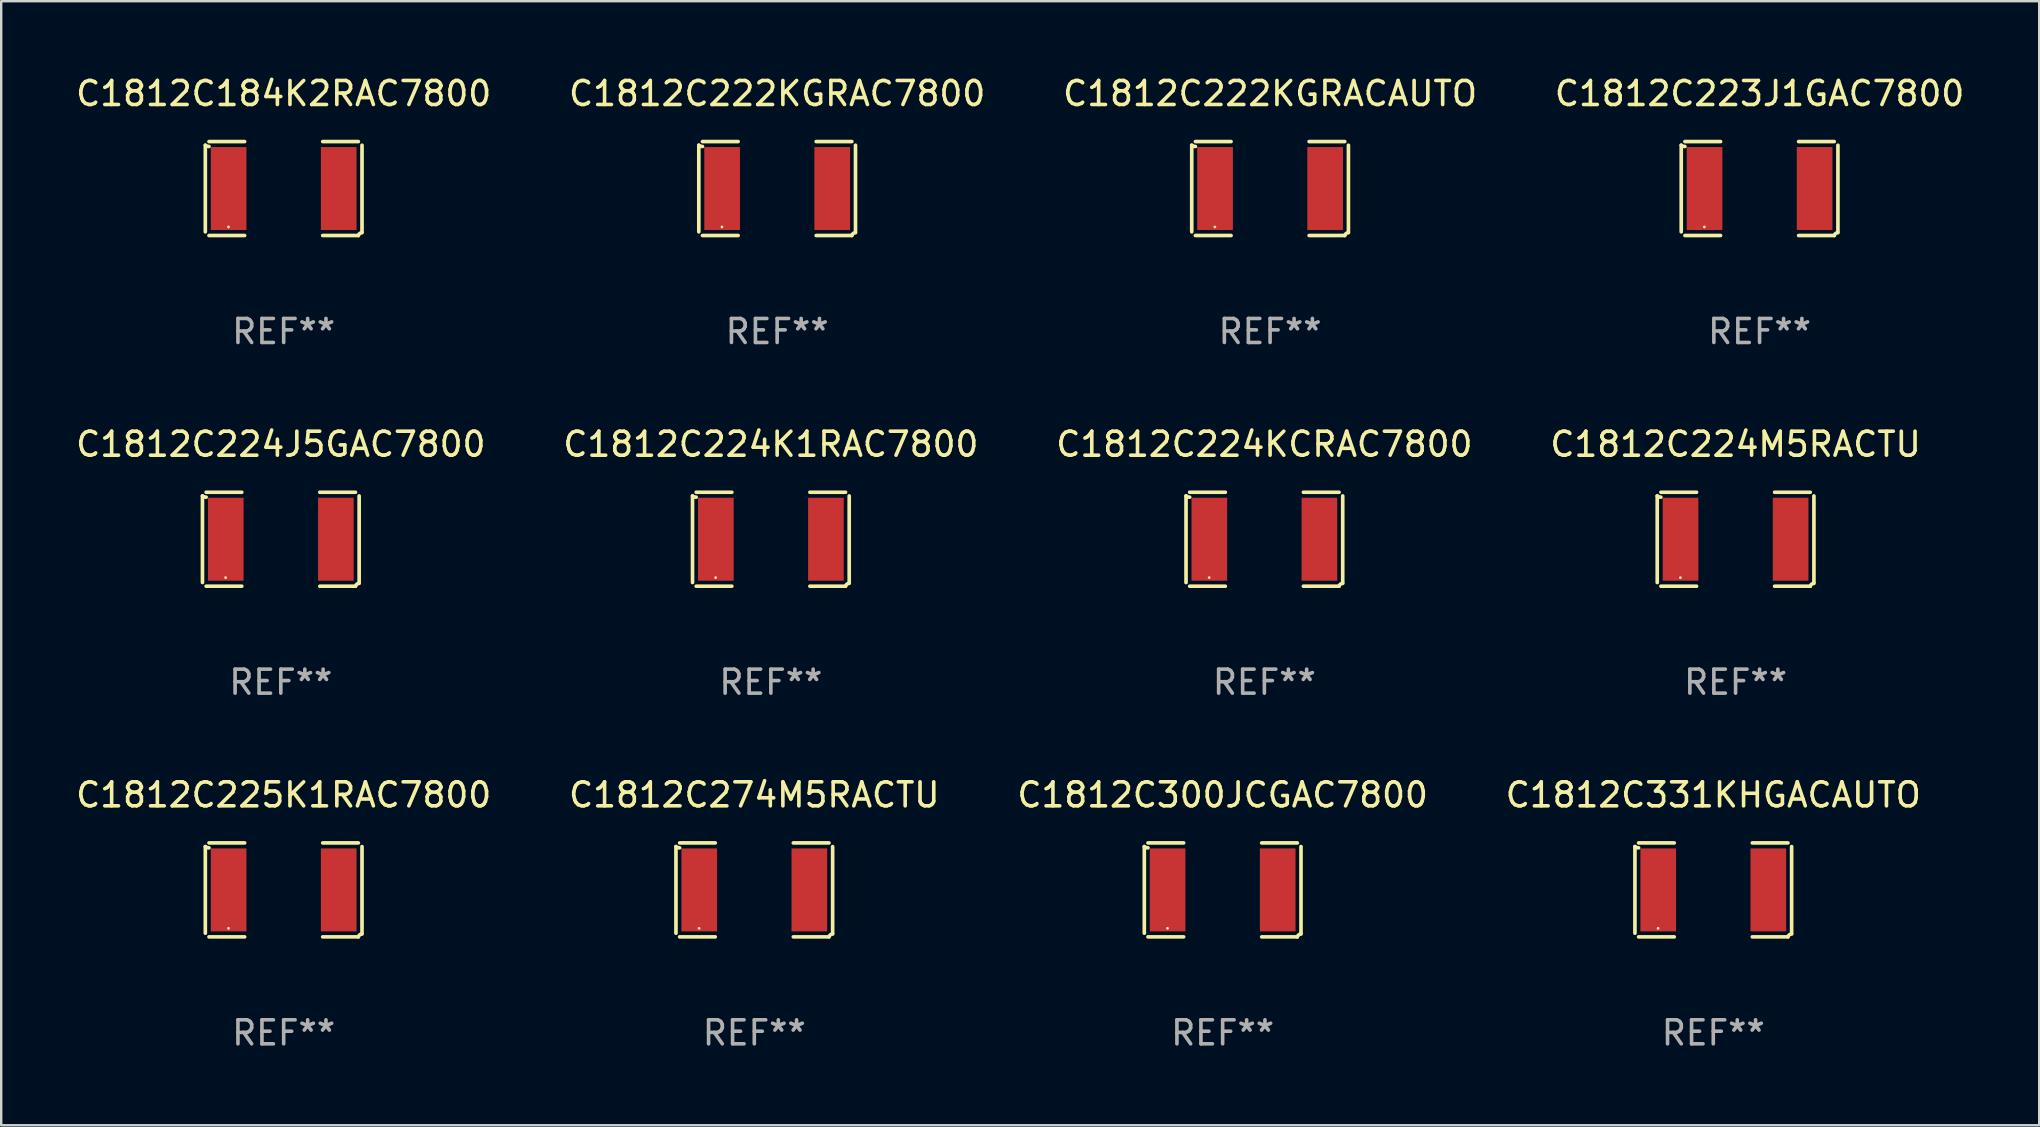
<source format=kicad_pcb>
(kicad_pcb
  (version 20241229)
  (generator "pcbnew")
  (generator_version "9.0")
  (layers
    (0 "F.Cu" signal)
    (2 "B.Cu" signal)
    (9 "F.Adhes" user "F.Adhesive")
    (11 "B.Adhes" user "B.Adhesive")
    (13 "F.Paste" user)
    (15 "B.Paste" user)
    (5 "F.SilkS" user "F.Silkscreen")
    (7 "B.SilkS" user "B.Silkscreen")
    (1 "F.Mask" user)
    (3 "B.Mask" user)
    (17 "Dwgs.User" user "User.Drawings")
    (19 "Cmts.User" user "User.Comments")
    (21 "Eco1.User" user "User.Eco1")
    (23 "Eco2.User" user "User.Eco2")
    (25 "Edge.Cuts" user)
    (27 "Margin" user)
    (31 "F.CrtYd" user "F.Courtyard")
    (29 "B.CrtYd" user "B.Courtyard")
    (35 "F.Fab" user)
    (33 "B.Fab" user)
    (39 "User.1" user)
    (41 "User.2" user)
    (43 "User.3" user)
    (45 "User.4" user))
  (footprint "C1812C222KGRACAUTO"
    (layer "F.Cu")
    (at 49.863 4.805)
    (property "Reference" "C1812C222KGRACAUTO" (at 0 -3.957 0) (layer "F.SilkS") (effects (font (size 1 1) (thickness 0.15))))
    (attr through_hole)
    (fp_line (start -3.264 1.804) (end -3.264 -1.804) (stroke (width 0.152) (type solid)) (layer "F.SilkS"))
    (fp_line (start -3.111 -1.957) (end -1.626 -1.957) (stroke (width 0.152) (type solid)) (layer "F.SilkS"))
    (fp_line (start -1.626 1.957) (end -3.111 1.957) (stroke (width 0.152) (type solid)) (layer "F.SilkS"))
    (fp_line (start 1.626 1.957) (end 3.111 1.957) (stroke (width 0.152) (type solid)) (layer "F.SilkS"))
    (fp_line (start 3.111 -1.957) (end 1.626 -1.957) (stroke (width 0.152) (type solid)) (layer "F.SilkS"))
    (fp_line (start 3.264 1.804) (end 3.264 -1.804) (stroke (width 0.152) (type solid)) (layer "F.SilkS"))
    (fp_arc (start -3.111202 -1.752192) (mid -3.191715 -1.76555) (end -3.263602 -1.804191) (stroke (width 0.1524) (type solid)) (layer "F.SilkS"))
    (fp_arc (start 3.111201 1.956591) (mid 3.167789 1.872777) (end 3.263602 1.840424) (stroke (width 0.1524) (type solid)) (layer "F.SilkS"))
    (fp_circle (center -2.3 1.6) (end -2.27 1.6) (stroke (width 0.06) (type solid)) (fill no) (layer "F.SilkS"))
    (fp_text user "REF**" (at 0 5.957 0) (layer "F.Fab") (effects (font (size 1 1) (thickness 0.15))))
    (pad "1" smd rect (at -2.293 0) (size 1.485 3.456) (layers "F.Cu" "F.Mask" "F.Paste"))
    (pad "2" smd rect (at 2.293 0) (size 1.485 3.456) (layers "F.Cu" "F.Mask" "F.Paste")))
  (footprint "C1812C274M5RACTU"
    (layer "F.Cu")
    (at 28.375 34.024)
    (property "Reference" "C1812C274M5RACTU" (at 0 -3.957 0) (layer "F.SilkS") (effects (font (size 1 1) (thickness 0.15))))
    (attr through_hole)
    (fp_line (start -3.264 1.804) (end -3.264 -1.804) (stroke (width 0.152) (type solid)) (layer "F.SilkS"))
    (fp_line (start -3.111 -1.957) (end -1.626 -1.957) (stroke (width 0.152) (type solid)) (layer "F.SilkS"))
    (fp_line (start -1.626 1.957) (end -3.111 1.957) (stroke (width 0.152) (type solid)) (layer "F.SilkS"))
    (fp_line (start 1.626 1.957) (end 3.111 1.957) (stroke (width 0.152) (type solid)) (layer "F.SilkS"))
    (fp_line (start 3.111 -1.957) (end 1.626 -1.957) (stroke (width 0.152) (type solid)) (layer "F.SilkS"))
    (fp_line (start 3.264 1.804) (end 3.264 -1.804) (stroke (width 0.152) (type solid)) (layer "F.SilkS"))
    (fp_arc (start -3.111202 -1.752192) (mid -3.191715 -1.76555) (end -3.263602 -1.804191) (stroke (width 0.1524) (type solid)) (layer "F.SilkS"))
    (fp_arc (start 3.111201 1.956591) (mid 3.167789 1.872777) (end 3.263602 1.840424) (stroke (width 0.1524) (type solid)) (layer "F.SilkS"))
    (fp_circle (center -2.3 1.6) (end -2.27 1.6) (stroke (width 0.06) (type solid)) (fill no) (layer "F.SilkS"))
    (fp_text user "REF**" (at 0 5.957 0) (layer "F.Fab") (effects (font (size 1 1) (thickness 0.15))))
    (pad "1" smd rect (at -2.293 0) (size 1.485 3.456) (layers "F.Cu" "F.Mask" "F.Paste"))
    (pad "2" smd rect (at 2.293 0) (size 1.485 3.456) (layers "F.Cu" "F.Mask" "F.Paste")))
  (footprint "C1812C331KHGACAUTO"
    (layer "F.Cu")
    (at 68.327 34.024)
    (property "Reference" "C1812C331KHGACAUTO" (at 0 -3.957 0) (layer "F.SilkS") (effects (font (size 1 1) (thickness 0.15))))
    (attr through_hole)
    (fp_line (start -3.264 1.804) (end -3.264 -1.804) (stroke (width 0.152) (type solid)) (layer "F.SilkS"))
    (fp_line (start -3.111 -1.957) (end -1.626 -1.957) (stroke (width 0.152) (type solid)) (layer "F.SilkS"))
    (fp_line (start -1.626 1.957) (end -3.111 1.957) (stroke (width 0.152) (type solid)) (layer "F.SilkS"))
    (fp_line (start 1.626 1.957) (end 3.111 1.957) (stroke (width 0.152) (type solid)) (layer "F.SilkS"))
    (fp_line (start 3.111 -1.957) (end 1.626 -1.957) (stroke (width 0.152) (type solid)) (layer "F.SilkS"))
    (fp_line (start 3.264 1.804) (end 3.264 -1.804) (stroke (width 0.152) (type solid)) (layer "F.SilkS"))
    (fp_arc (start -3.111202 -1.752192) (mid -3.191715 -1.76555) (end -3.263602 -1.804191) (stroke (width 0.1524) (type solid)) (layer "F.SilkS"))
    (fp_arc (start 3.111201 1.956591) (mid 3.167789 1.872777) (end 3.263602 1.840424) (stroke (width 0.1524) (type solid)) (layer "F.SilkS"))
    (fp_circle (center -2.3 1.6) (end -2.27 1.6) (stroke (width 0.06) (type solid)) (fill no) (layer "F.SilkS"))
    (fp_text user "REF**" (at 0 5.957 0) (layer "F.Fab") (effects (font (size 1 1) (thickness 0.15))))
    (pad "1" smd rect (at -2.293 0) (size 1.485 3.456) (layers "F.Cu" "F.Mask" "F.Paste"))
    (pad "2" smd rect (at 2.293 0) (size 1.485 3.456) (layers "F.Cu" "F.Mask" "F.Paste")))
  (footprint "C1812C222KGRAC7800"
    (layer "F.Cu")
    (at 29.327 4.805)
    (property "Reference" "C1812C222KGRAC7800" (at 0 -3.957 0) (layer "F.SilkS") (effects (font (size 1 1) (thickness 0.15))))
    (attr through_hole)
    (fp_line (start -3.264 1.804) (end -3.264 -1.804) (stroke (width 0.152) (type solid)) (layer "F.SilkS"))
    (fp_line (start -3.111 -1.957) (end -1.626 -1.957) (stroke (width 0.152) (type solid)) (layer "F.SilkS"))
    (fp_line (start -1.626 1.957) (end -3.111 1.957) (stroke (width 0.152) (type solid)) (layer "F.SilkS"))
    (fp_line (start 1.626 1.957) (end 3.111 1.957) (stroke (width 0.152) (type solid)) (layer "F.SilkS"))
    (fp_line (start 3.111 -1.957) (end 1.626 -1.957) (stroke (width 0.152) (type solid)) (layer "F.SilkS"))
    (fp_line (start 3.264 1.804) (end 3.264 -1.804) (stroke (width 0.152) (type solid)) (layer "F.SilkS"))
    (fp_arc (start -3.111202 -1.752192) (mid -3.191715 -1.76555) (end -3.263602 -1.804191) (stroke (width 0.1524) (type solid)) (layer "F.SilkS"))
    (fp_arc (start 3.111201 1.956591) (mid 3.167789 1.872777) (end 3.263602 1.840424) (stroke (width 0.1524) (type solid)) (layer "F.SilkS"))
    (fp_circle (center -2.3 1.6) (end -2.27 1.6) (stroke (width 0.06) (type solid)) (fill no) (layer "F.SilkS"))
    (fp_text user "REF**" (at 0 5.957 0) (layer "F.Fab") (effects (font (size 1 1) (thickness 0.15))))
    (pad "1" smd rect (at -2.293 0) (size 1.485 3.456) (layers "F.Cu" "F.Mask" "F.Paste"))
    (pad "2" smd rect (at 2.293 0) (size 1.485 3.456) (layers "F.Cu" "F.Mask" "F.Paste")))
  (footprint "C1812C300JCGAC7800"
    (layer "F.Cu")
    (at 47.887 34.024)
    (property "Reference" "C1812C300JCGAC7800" (at 0 -3.957 0) (layer "F.SilkS") (effects (font (size 1 1) (thickness 0.15))))
    (attr through_hole)
    (fp_line (start -3.264 1.804) (end -3.264 -1.804) (stroke (width 0.152) (type solid)) (layer "F.SilkS"))
    (fp_line (start -3.111 -1.957) (end -1.626 -1.957) (stroke (width 0.152) (type solid)) (layer "F.SilkS"))
    (fp_line (start -1.626 1.957) (end -3.111 1.957) (stroke (width 0.152) (type solid)) (layer "F.SilkS"))
    (fp_line (start 1.626 1.957) (end 3.111 1.957) (stroke (width 0.152) (type solid)) (layer "F.SilkS"))
    (fp_line (start 3.111 -1.957) (end 1.626 -1.957) (stroke (width 0.152) (type solid)) (layer "F.SilkS"))
    (fp_line (start 3.264 1.804) (end 3.264 -1.804) (stroke (width 0.152) (type solid)) (layer "F.SilkS"))
    (fp_arc (start -3.111202 -1.752192) (mid -3.191715 -1.76555) (end -3.263602 -1.804191) (stroke (width 0.1524) (type solid)) (layer "F.SilkS"))
    (fp_arc (start 3.111201 1.956591) (mid 3.167789 1.872777) (end 3.263602 1.840424) (stroke (width 0.1524) (type solid)) (layer "F.SilkS"))
    (fp_circle (center -2.3 1.6) (end -2.27 1.6) (stroke (width 0.06) (type solid)) (fill no) (layer "F.SilkS"))
    (fp_text user "REF**" (at 0 5.957 0) (layer "F.Fab") (effects (font (size 1 1) (thickness 0.15))))
    (pad "1" smd rect (at -2.293 0) (size 1.485 3.456) (layers "F.Cu" "F.Mask" "F.Paste"))
    (pad "2" smd rect (at 2.293 0) (size 1.485 3.456) (layers "F.Cu" "F.Mask" "F.Paste")))
  (footprint "C1812C224J5GAC7800"
    (layer "F.Cu")
    (at 8.649 19.415)
    (property "Reference" "C1812C224J5GAC7800" (at 0 -3.957 0) (layer "F.SilkS") (effects (font (size 1 1) (thickness 0.15))))
    (attr through_hole)
    (fp_line (start -3.264 1.804) (end -3.264 -1.804) (stroke (width 0.152) (type solid)) (layer "F.SilkS"))
    (fp_line (start -3.111 -1.957) (end -1.626 -1.957) (stroke (width 0.152) (type solid)) (layer "F.SilkS"))
    (fp_line (start -1.626 1.957) (end -3.111 1.957) (stroke (width 0.152) (type solid)) (layer "F.SilkS"))
    (fp_line (start 1.626 1.957) (end 3.111 1.957) (stroke (width 0.152) (type solid)) (layer "F.SilkS"))
    (fp_line (start 3.111 -1.957) (end 1.626 -1.957) (stroke (width 0.152) (type solid)) (layer "F.SilkS"))
    (fp_line (start 3.264 1.804) (end 3.264 -1.804) (stroke (width 0.152) (type solid)) (layer "F.SilkS"))
    (fp_arc (start -3.111202 -1.752192) (mid -3.191715 -1.76555) (end -3.263602 -1.804191) (stroke (width 0.1524) (type solid)) (layer "F.SilkS"))
    (fp_arc (start 3.111201 1.956591) (mid 3.167789 1.872777) (end 3.263602 1.840424) (stroke (width 0.1524) (type solid)) (layer "F.SilkS"))
    (fp_circle (center -2.3 1.6) (end -2.27 1.6) (stroke (width 0.06) (type solid)) (fill no) (layer "F.SilkS"))
    (fp_text user "REF**" (at 0 5.957 0) (layer "F.Fab") (effects (font (size 1 1) (thickness 0.15))))
    (pad "1" smd rect (at -2.293 0) (size 1.485 3.456) (layers "F.Cu" "F.Mask" "F.Paste"))
    (pad "2" smd rect (at 2.293 0) (size 1.485 3.456) (layers "F.Cu" "F.Mask" "F.Paste")))
  (footprint "C1812C224KCRAC7800"
    (layer "F.Cu")
    (at 49.625 19.415)
    (property "Reference" "C1812C224KCRAC7800" (at 0 -3.957 0) (layer "F.SilkS") (effects (font (size 1 1) (thickness 0.15))))
    (attr through_hole)
    (fp_line (start -3.264 1.804) (end -3.264 -1.804) (stroke (width 0.152) (type solid)) (layer "F.SilkS"))
    (fp_line (start -3.111 -1.957) (end -1.626 -1.957) (stroke (width 0.152) (type solid)) (layer "F.SilkS"))
    (fp_line (start -1.626 1.957) (end -3.111 1.957) (stroke (width 0.152) (type solid)) (layer "F.SilkS"))
    (fp_line (start 1.626 1.957) (end 3.111 1.957) (stroke (width 0.152) (type solid)) (layer "F.SilkS"))
    (fp_line (start 3.111 -1.957) (end 1.626 -1.957) (stroke (width 0.152) (type solid)) (layer "F.SilkS"))
    (fp_line (start 3.264 1.804) (end 3.264 -1.804) (stroke (width 0.152) (type solid)) (layer "F.SilkS"))
    (fp_arc (start -3.111202 -1.752192) (mid -3.191715 -1.76555) (end -3.263602 -1.804191) (stroke (width 0.1524) (type solid)) (layer "F.SilkS"))
    (fp_arc (start 3.111201 1.956591) (mid 3.167789 1.872777) (end 3.263602 1.840424) (stroke (width 0.1524) (type solid)) (layer "F.SilkS"))
    (fp_circle (center -2.3 1.6) (end -2.27 1.6) (stroke (width 0.06) (type solid)) (fill no) (layer "F.SilkS"))
    (fp_text user "REF**" (at 0 5.957 0) (layer "F.Fab") (effects (font (size 1 1) (thickness 0.15))))
    (pad "1" smd rect (at -2.293 0) (size 1.485 3.456) (layers "F.Cu" "F.Mask" "F.Paste"))
    (pad "2" smd rect (at 2.293 0) (size 1.485 3.456) (layers "F.Cu" "F.Mask" "F.Paste")))
  (footprint "C1812C225K1RAC7800"
    (layer "F.Cu")
    (at 8.768 34.024)
    (property "Reference" "C1812C225K1RAC7800" (at 0 -3.957 0) (layer "F.SilkS") (effects (font (size 1 1) (thickness 0.15))))
    (attr through_hole)
    (fp_line (start -3.264 1.804) (end -3.264 -1.804) (stroke (width 0.152) (type solid)) (layer "F.SilkS"))
    (fp_line (start -3.111 -1.957) (end -1.626 -1.957) (stroke (width 0.152) (type solid)) (layer "F.SilkS"))
    (fp_line (start -1.626 1.957) (end -3.111 1.957) (stroke (width 0.152) (type solid)) (layer "F.SilkS"))
    (fp_line (start 1.626 1.957) (end 3.111 1.957) (stroke (width 0.152) (type solid)) (layer "F.SilkS"))
    (fp_line (start 3.111 -1.957) (end 1.626 -1.957) (stroke (width 0.152) (type solid)) (layer "F.SilkS"))
    (fp_line (start 3.264 1.804) (end 3.264 -1.804) (stroke (width 0.152) (type solid)) (layer "F.SilkS"))
    (fp_arc (start -3.111202 -1.752192) (mid -3.191715 -1.76555) (end -3.263602 -1.804191) (stroke (width 0.1524) (type solid)) (layer "F.SilkS"))
    (fp_arc (start 3.111201 1.956591) (mid 3.167789 1.872777) (end 3.263602 1.840424) (stroke (width 0.1524) (type solid)) (layer "F.SilkS"))
    (fp_circle (center -2.3 1.6) (end -2.27 1.6) (stroke (width 0.06) (type solid)) (fill no) (layer "F.SilkS"))
    (fp_text user "REF**" (at 0 5.957 0) (layer "F.Fab") (effects (font (size 1 1) (thickness 0.15))))
    (pad "1" smd rect (at -2.293 0) (size 1.485 3.456) (layers "F.Cu" "F.Mask" "F.Paste"))
    (pad "2" smd rect (at 2.293 0) (size 1.485 3.456) (layers "F.Cu" "F.Mask" "F.Paste")))
  (footprint "C1812C224M5RACTU"
    (layer "F.Cu")
    (at 69.256 19.415)
    (property "Reference" "C1812C224M5RACTU" (at 0 -3.957 0) (layer "F.SilkS") (effects (font (size 1 1) (thickness 0.15))))
    (attr through_hole)
    (fp_line (start -3.264 1.804) (end -3.264 -1.804) (stroke (width 0.152) (type solid)) (layer "F.SilkS"))
    (fp_line (start -3.111 -1.957) (end -1.626 -1.957) (stroke (width 0.152) (type solid)) (layer "F.SilkS"))
    (fp_line (start -1.626 1.957) (end -3.111 1.957) (stroke (width 0.152) (type solid)) (layer "F.SilkS"))
    (fp_line (start 1.626 1.957) (end 3.111 1.957) (stroke (width 0.152) (type solid)) (layer "F.SilkS"))
    (fp_line (start 3.111 -1.957) (end 1.626 -1.957) (stroke (width 0.152) (type solid)) (layer "F.SilkS"))
    (fp_line (start 3.264 1.804) (end 3.264 -1.804) (stroke (width 0.152) (type solid)) (layer "F.SilkS"))
    (fp_arc (start -3.111202 -1.752192) (mid -3.191715 -1.76555) (end -3.263602 -1.804191) (stroke (width 0.1524) (type solid)) (layer "F.SilkS"))
    (fp_arc (start 3.111201 1.956591) (mid 3.167789 1.872777) (end 3.263602 1.840424) (stroke (width 0.1524) (type solid)) (layer "F.SilkS"))
    (fp_circle (center -2.3 1.6) (end -2.27 1.6) (stroke (width 0.06) (type solid)) (fill no) (layer "F.SilkS"))
    (fp_text user "REF**" (at 0 5.957 0) (layer "F.Fab") (effects (font (size 1 1) (thickness 0.15))))
    (pad "1" smd rect (at -2.293 0) (size 1.485 3.456) (layers "F.Cu" "F.Mask" "F.Paste"))
    (pad "2" smd rect (at 2.293 0) (size 1.485 3.456) (layers "F.Cu" "F.Mask" "F.Paste")))
  (footprint "C1812C184K2RAC7800"
    (layer "F.Cu")
    (at 8.768 4.805)
    (property "Reference" "C1812C184K2RAC7800" (at 0 -3.957 0) (layer "F.SilkS") (effects (font (size 1 1) (thickness 0.15))))
    (attr through_hole)
    (fp_line (start -3.264 1.804) (end -3.264 -1.804) (stroke (width 0.152) (type solid)) (layer "F.SilkS"))
    (fp_line (start -3.111 -1.957) (end -1.626 -1.957) (stroke (width 0.152) (type solid)) (layer "F.SilkS"))
    (fp_line (start -1.626 1.957) (end -3.111 1.957) (stroke (width 0.152) (type solid)) (layer "F.SilkS"))
    (fp_line (start 1.626 1.957) (end 3.111 1.957) (stroke (width 0.152) (type solid)) (layer "F.SilkS"))
    (fp_line (start 3.111 -1.957) (end 1.626 -1.957) (stroke (width 0.152) (type solid)) (layer "F.SilkS"))
    (fp_line (start 3.264 1.804) (end 3.264 -1.804) (stroke (width 0.152) (type solid)) (layer "F.SilkS"))
    (fp_arc (start -3.111202 -1.752192) (mid -3.191715 -1.76555) (end -3.263602 -1.804191) (stroke (width 0.1524) (type solid)) (layer "F.SilkS"))
    (fp_arc (start 3.111201 1.956591) (mid 3.167789 1.872777) (end 3.263602 1.840424) (stroke (width 0.1524) (type solid)) (layer "F.SilkS"))
    (fp_circle (center -2.3 1.6) (end -2.27 1.6) (stroke (width 0.06) (type solid)) (fill no) (layer "F.SilkS"))
    (fp_text user "REF**" (at 0 5.957 0) (layer "F.Fab") (effects (font (size 1 1) (thickness 0.15))))
    (pad "1" smd rect (at -2.293 0) (size 1.485 3.456) (layers "F.Cu" "F.Mask" "F.Paste"))
    (pad "2" smd rect (at 2.293 0) (size 1.485 3.456) (layers "F.Cu" "F.Mask" "F.Paste")))
  (footprint "C1812C223J1GAC7800"
    (layer "F.Cu")
    (at 70.256 4.805)
    (property "Reference" "C1812C223J1GAC7800" (at 0 -3.957 0) (layer "F.SilkS") (effects (font (size 1 1) (thickness 0.15))))
    (attr through_hole)
    (fp_line (start -3.264 1.804) (end -3.264 -1.804) (stroke (width 0.152) (type solid)) (layer "F.SilkS"))
    (fp_line (start -3.111 -1.957) (end -1.626 -1.957) (stroke (width 0.152) (type solid)) (layer "F.SilkS"))
    (fp_line (start -1.626 1.957) (end -3.111 1.957) (stroke (width 0.152) (type solid)) (layer "F.SilkS"))
    (fp_line (start 1.626 1.957) (end 3.111 1.957) (stroke (width 0.152) (type solid)) (layer "F.SilkS"))
    (fp_line (start 3.111 -1.957) (end 1.626 -1.957) (stroke (width 0.152) (type solid)) (layer "F.SilkS"))
    (fp_line (start 3.264 1.804) (end 3.264 -1.804) (stroke (width 0.152) (type solid)) (layer "F.SilkS"))
    (fp_arc (start -3.111202 -1.752192) (mid -3.191715 -1.76555) (end -3.263602 -1.804191) (stroke (width 0.1524) (type solid)) (layer "F.SilkS"))
    (fp_arc (start 3.111201 1.956591) (mid 3.167789 1.872777) (end 3.263602 1.840424) (stroke (width 0.1524) (type solid)) (layer "F.SilkS"))
    (fp_circle (center -2.3 1.6) (end -2.27 1.6) (stroke (width 0.06) (type solid)) (fill no) (layer "F.SilkS"))
    (fp_text user "REF**" (at 0 5.957 0) (layer "F.Fab") (effects (font (size 1 1) (thickness 0.15))))
    (pad "1" smd rect (at -2.293 0) (size 1.485 3.456) (layers "F.Cu" "F.Mask" "F.Paste"))
    (pad "2" smd rect (at 2.293 0) (size 1.485 3.456) (layers "F.Cu" "F.Mask" "F.Paste")))
  (footprint "C1812C224K1RAC7800"
    (layer "F.Cu")
    (at 29.065 19.415)
    (property "Reference" "C1812C224K1RAC7800" (at 0 -3.957 0) (layer "F.SilkS") (effects (font (size 1 1) (thickness 0.15))))
    (attr through_hole)
    (fp_line (start -3.264 1.804) (end -3.264 -1.804) (stroke (width 0.152) (type solid)) (layer "F.SilkS"))
    (fp_line (start -3.111 -1.957) (end -1.626 -1.957) (stroke (width 0.152) (type solid)) (layer "F.SilkS"))
    (fp_line (start -1.626 1.957) (end -3.111 1.957) (stroke (width 0.152) (type solid)) (layer "F.SilkS"))
    (fp_line (start 1.626 1.957) (end 3.111 1.957) (stroke (width 0.152) (type solid)) (layer "F.SilkS"))
    (fp_line (start 3.111 -1.957) (end 1.626 -1.957) (stroke (width 0.152) (type solid)) (layer "F.SilkS"))
    (fp_line (start 3.264 1.804) (end 3.264 -1.804) (stroke (width 0.152) (type solid)) (layer "F.SilkS"))
    (fp_arc (start -3.111202 -1.752192) (mid -3.191715 -1.76555) (end -3.263602 -1.804191) (stroke (width 0.1524) (type solid)) (layer "F.SilkS"))
    (fp_arc (start 3.111201 1.956591) (mid 3.167789 1.872777) (end 3.263602 1.840424) (stroke (width 0.1524) (type solid)) (layer "F.SilkS"))
    (fp_circle (center -2.3 1.6) (end -2.27 1.6) (stroke (width 0.06) (type solid)) (fill no) (layer "F.SilkS"))
    (fp_text user "REF**" (at 0 5.957 0) (layer "F.Fab") (effects (font (size 1 1) (thickness 0.15))))
    (pad "1" smd rect (at -2.293 0) (size 1.485 3.456) (layers "F.Cu" "F.Mask" "F.Paste"))
    (pad "2" smd rect (at 2.293 0) (size 1.485 3.456) (layers "F.Cu" "F.Mask" "F.Paste")))
  (gr_rect
    (start -3 -3)
    (end 81.905 43.829)
    (stroke (width 0.1) (type default))
    (fill no)
    (layer "Edge.Cuts")))
</source>
